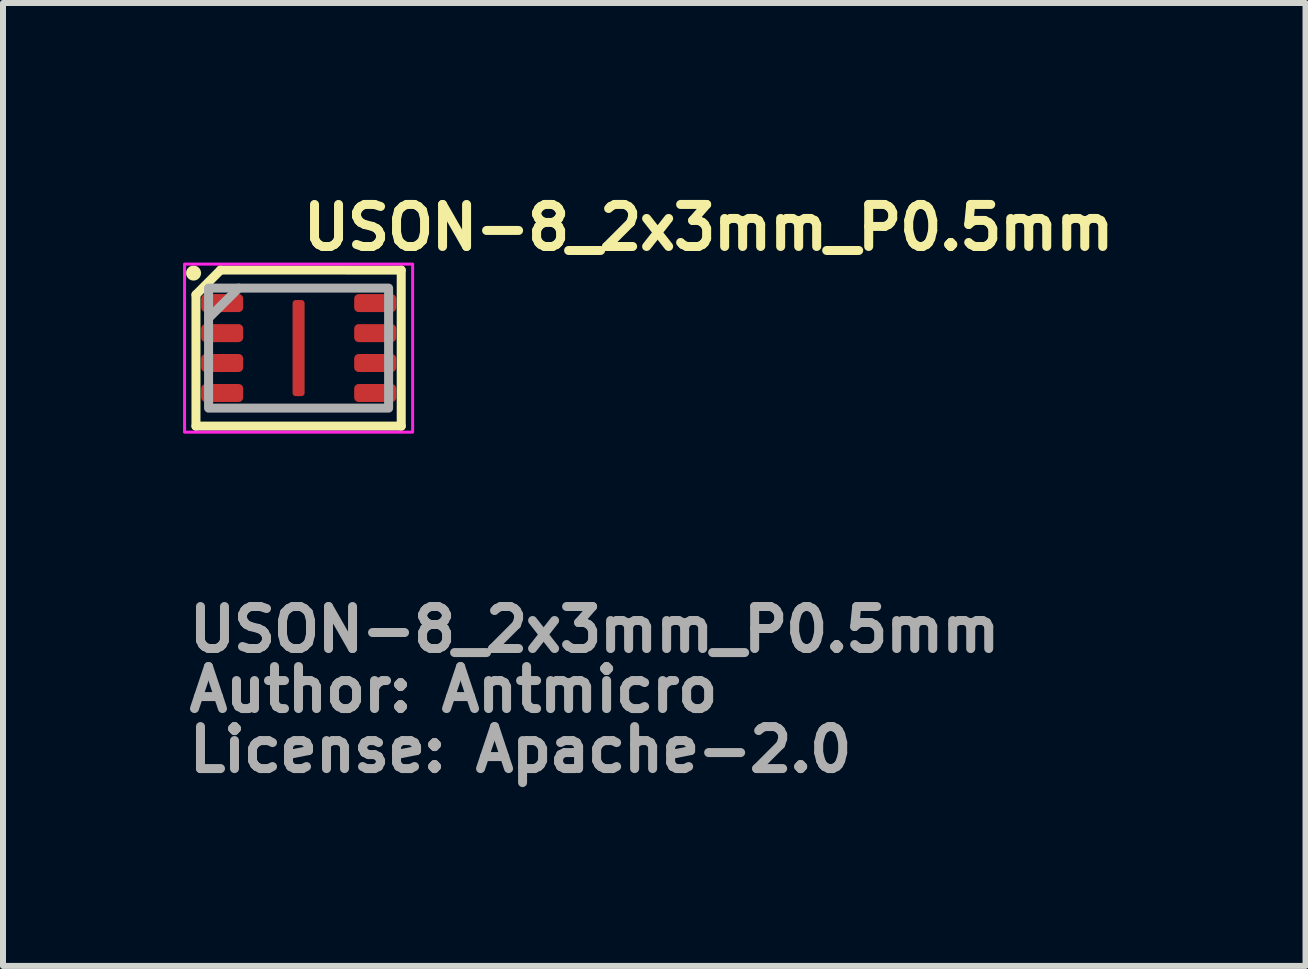
<source format=kicad_pcb>
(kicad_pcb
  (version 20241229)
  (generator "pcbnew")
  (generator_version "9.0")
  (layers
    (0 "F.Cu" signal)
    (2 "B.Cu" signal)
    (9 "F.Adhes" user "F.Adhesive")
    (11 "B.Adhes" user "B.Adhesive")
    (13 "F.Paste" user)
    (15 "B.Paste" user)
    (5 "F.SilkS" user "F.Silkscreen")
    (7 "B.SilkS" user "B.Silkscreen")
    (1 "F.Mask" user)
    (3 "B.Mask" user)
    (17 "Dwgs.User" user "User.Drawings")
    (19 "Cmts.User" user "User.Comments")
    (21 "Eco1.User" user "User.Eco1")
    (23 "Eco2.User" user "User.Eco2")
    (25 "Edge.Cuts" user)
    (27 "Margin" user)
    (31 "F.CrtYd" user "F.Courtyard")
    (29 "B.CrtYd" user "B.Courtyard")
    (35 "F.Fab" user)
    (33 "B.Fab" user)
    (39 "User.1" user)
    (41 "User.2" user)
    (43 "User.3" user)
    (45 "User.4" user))
  (footprint "USON-8_2x3mm_P0.5mm"
    (layer "F.Cu")
    (at 1.925 2.75)
    (property "Reference" "USON-8_2x3mm_P0.5mm" (at 0 -1.6 180) (layer "F.SilkS") (effects (font (size 0.7 0.7) (thickness 0.15)) (justify left bottom)))
    (attr smd)
    (fp_line (start -1.71 -0.89) (end -1.3 -1.301) (stroke (width 0.15) (type solid)) (layer "F.SilkS"))
    (fp_line (start -1.71 1.3) (end -1.71 -0.89) (stroke (width 0.15) (type solid)) (layer "F.SilkS"))
    (fp_line (start -1.3 -1.301) (end 1.71 -1.3) (stroke (width 0.15) (type solid)) (layer "F.SilkS"))
    (fp_line (start 1.71 -1.3) (end 1.71 1.3) (stroke (width 0.15) (type solid)) (layer "F.SilkS"))
    (fp_line (start 1.71 1.3) (end -1.71 1.3) (stroke (width 0.15) (type solid)) (layer "F.SilkS"))
    (fp_circle (center -1.75 -1.25) (end -1.7 -1.25) (stroke (width 0.15) (type solid)) (fill yes) (layer "F.SilkS"))
    (fp_rect (start 1.9 -1.4) (end -1.9 1.4) (stroke (width 0.05) (type solid)) (fill no) (layer "F.CrtYd"))
    (fp_line (start -1.499 -0.5) (end -0.998 -1) (stroke (width 0.15) (type solid)) (layer "F.Fab"))
    (fp_rect (start 1.5 1) (end -1.5 -1) (stroke (width 0.15) (type solid)) (fill no) (layer "F.Fab"))
    (fp_rect (start 1.5 -1) (end -1.5 1) (stroke (width 0.1) (type solid)) (fill no) (layer "User.5"))
    (fp_line (start -1.5 -0.998) (end -1.5 1) (stroke (width 0.02) (type solid)) (layer "User.9"))
    (fp_line (start -1.5 1) (end 1.499 1) (stroke (width 0.02) (type solid)) (layer "User.9"))
    (fp_line (start -1.325 -0.715) (end -1.325 -0.707) (stroke (width 0.02) (type solid)) (layer "User.9"))
    (fp_line (start -1.325 -0.715) (end -1.325 -0.707) (stroke (width 0.02) (type solid)) (layer "User.9"))
    (fp_line (start -1.325 -0.707) (end -1.325 -0.699) (stroke (width 0.02) (type solid)) (layer "User.9"))
    (fp_line (start -1.325 -0.707) (end -1.325 -0.699) (stroke (width 0.02) (type solid)) (layer "User.9"))
    (fp_line (start -1.325 -0.699) (end -1.325 -0.691) (stroke (width 0.02) (type solid)) (layer "User.9"))
    (fp_line (start -1.325 -0.699) (end -1.325 -0.691) (stroke (width 0.02) (type solid)) (layer "User.9"))
    (fp_line (start -1.325 -0.691) (end -1.325 -0.683) (stroke (width 0.02) (type solid)) (layer "User.9"))
    (fp_line (start -1.325 -0.691) (end -1.325 -0.683) (stroke (width 0.02) (type solid)) (layer "User.9"))
    (fp_line (start -1.325 -0.683) (end -1.323 -0.675) (stroke (width 0.02) (type solid)) (layer "User.9"))
    (fp_line (start -1.325 -0.683) (end -1.323 -0.675) (stroke (width 0.02) (type solid)) (layer "User.9"))
    (fp_line (start -1.323 -0.723) (end -1.325 -0.715) (stroke (width 0.02) (type solid)) (layer "User.9"))
    (fp_line (start -1.323 -0.723) (end -1.325 -0.715) (stroke (width 0.02) (type solid)) (layer "User.9"))
    (fp_line (start -1.323 -0.675) (end -1.321 -0.667) (stroke (width 0.02) (type solid)) (layer "User.9"))
    (fp_line (start -1.323 -0.675) (end -1.321 -0.667) (stroke (width 0.02) (type solid)) (layer "User.9"))
    (fp_line (start -1.321 -0.731) (end -1.323 -0.723) (stroke (width 0.02) (type solid)) (layer "User.9"))
    (fp_line (start -1.321 -0.731) (end -1.323 -0.723) (stroke (width 0.02) (type solid)) (layer "User.9"))
    (fp_line (start -1.321 -0.667) (end -1.319 -0.66) (stroke (width 0.02) (type solid)) (layer "User.9"))
    (fp_line (start -1.321 -0.667) (end -1.319 -0.66) (stroke (width 0.02) (type solid)) (layer "User.9"))
    (fp_line (start -1.319 -0.738) (end -1.321 -0.731) (stroke (width 0.02) (type solid)) (layer "User.9"))
    (fp_line (start -1.319 -0.738) (end -1.321 -0.731) (stroke (width 0.02) (type solid)) (layer "User.9"))
    (fp_line (start -1.319 -0.66) (end -1.317 -0.652) (stroke (width 0.02) (type solid)) (layer "User.9"))
    (fp_line (start -1.319 -0.66) (end -1.317 -0.652) (stroke (width 0.02) (type solid)) (layer "User.9"))
    (fp_line (start -1.317 -0.746) (end -1.319 -0.738) (stroke (width 0.02) (type solid)) (layer "User.9"))
    (fp_line (start -1.317 -0.746) (end -1.319 -0.738) (stroke (width 0.02) (type solid)) (layer "User.9"))
    (fp_line (start -1.317 -0.652) (end -1.313 -0.644) (stroke (width 0.02) (type solid)) (layer "User.9"))
    (fp_line (start -1.317 -0.652) (end -1.313 -0.644) (stroke (width 0.02) (type solid)) (layer "User.9"))
    (fp_line (start -1.313 -0.754) (end -1.317 -0.746) (stroke (width 0.02) (type solid)) (layer "User.9"))
    (fp_line (start -1.313 -0.754) (end -1.317 -0.746) (stroke (width 0.02) (type solid)) (layer "User.9"))
    (fp_line (start -1.313 -0.644) (end -1.309 -0.636) (stroke (width 0.02) (type solid)) (layer "User.9"))
    (fp_line (start -1.313 -0.644) (end -1.309 -0.636) (stroke (width 0.02) (type solid)) (layer "User.9"))
    (fp_line (start -1.309 -0.761) (end -1.313 -0.754) (stroke (width 0.02) (type solid)) (layer "User.9"))
    (fp_line (start -1.309 -0.761) (end -1.313 -0.754) (stroke (width 0.02) (type solid)) (layer "User.9"))
    (fp_line (start -1.309 -0.761) (end -1.309 -0.761) (stroke (width 0.02) (type solid)) (layer "User.9"))
    (fp_line (start -1.309 -0.761) (end -1.309 -0.761) (stroke (width 0.02) (type solid)) (layer "User.9"))
    (fp_line (start -1.309 -0.636) (end -1.309 -0.636) (stroke (width 0.02) (type solid)) (layer "User.9"))
    (fp_line (start -1.309 -0.636) (end -1.309 -0.636) (stroke (width 0.02) (type solid)) (layer "User.9"))
    (fp_line (start -1.309 -0.636) (end -1.307 -0.632) (stroke (width 0.02) (type solid)) (layer "User.9"))
    (fp_line (start -1.309 -0.636) (end -1.307 -0.632) (stroke (width 0.02) (type solid)) (layer "User.9"))
    (fp_line (start -1.307 -0.632) (end -1.305 -0.629) (stroke (width 0.02) (type solid)) (layer "User.9"))
    (fp_line (start -1.307 -0.632) (end -1.305 -0.629) (stroke (width 0.02) (type solid)) (layer "User.9"))
    (fp_line (start -1.305 -0.769) (end -1.309 -0.761) (stroke (width 0.02) (type solid)) (layer "User.9"))
    (fp_line (start -1.305 -0.769) (end -1.309 -0.761) (stroke (width 0.02) (type solid)) (layer "User.9"))
    (fp_line (start -1.305 -0.629) (end -1.303 -0.626) (stroke (width 0.02) (type solid)) (layer "User.9"))
    (fp_line (start -1.305 -0.629) (end -1.303 -0.626) (stroke (width 0.02) (type solid)) (layer "User.9"))
    (fp_line (start -1.303 -0.626) (end -1.301 -0.622) (stroke (width 0.02) (type solid)) (layer "User.9"))
    (fp_line (start -1.303 -0.626) (end -1.301 -0.622) (stroke (width 0.02) (type solid)) (layer "User.9"))
    (fp_line (start -1.301 -0.776) (end -1.305 -0.769) (stroke (width 0.02) (type solid)) (layer "User.9"))
    (fp_line (start -1.301 -0.776) (end -1.305 -0.769) (stroke (width 0.02) (type solid)) (layer "User.9"))
    (fp_line (start -1.301 -0.622) (end -1.297 -0.619) (stroke (width 0.02) (type solid)) (layer "User.9"))
    (fp_line (start -1.301 -0.622) (end -1.297 -0.619) (stroke (width 0.02) (type solid)) (layer "User.9"))
    (fp_line (start -1.297 -0.619) (end -1.295 -0.616) (stroke (width 0.02) (type solid)) (layer "User.9"))
    (fp_line (start -1.297 -0.619) (end -1.295 -0.616) (stroke (width 0.02) (type solid)) (layer "User.9"))
    (fp_line (start -1.295 -0.782) (end -1.301 -0.776) (stroke (width 0.02) (type solid)) (layer "User.9"))
    (fp_line (start -1.295 -0.782) (end -1.301 -0.776) (stroke (width 0.02) (type solid)) (layer "User.9"))
    (fp_line (start -1.295 -0.616) (end -1.293 -0.613) (stroke (width 0.02) (type solid)) (layer "User.9"))
    (fp_line (start -1.295 -0.616) (end -1.293 -0.613) (stroke (width 0.02) (type solid)) (layer "User.9"))
    (fp_line (start -1.293 -0.613) (end -1.289 -0.61) (stroke (width 0.02) (type solid)) (layer "User.9"))
    (fp_line (start -1.293 -0.613) (end -1.289 -0.61) (stroke (width 0.02) (type solid)) (layer "User.9"))
    (fp_line (start -1.289 -0.788) (end -1.295 -0.782) (stroke (width 0.02) (type solid)) (layer "User.9"))
    (fp_line (start -1.289 -0.788) (end -1.295 -0.782) (stroke (width 0.02) (type solid)) (layer "User.9"))
    (fp_line (start -1.289 -0.61) (end -1.287 -0.607) (stroke (width 0.02) (type solid)) (layer "User.9"))
    (fp_line (start -1.289 -0.61) (end -1.287 -0.607) (stroke (width 0.02) (type solid)) (layer "User.9"))
    (fp_line (start -1.287 -0.607) (end -1.283 -0.604) (stroke (width 0.02) (type solid)) (layer "User.9"))
    (fp_line (start -1.287 -0.607) (end -1.283 -0.604) (stroke (width 0.02) (type solid)) (layer "User.9"))
    (fp_line (start -1.283 -0.794) (end -1.289 -0.788) (stroke (width 0.02) (type solid)) (layer "User.9"))
    (fp_line (start -1.283 -0.794) (end -1.289 -0.788) (stroke (width 0.02) (type solid)) (layer "User.9"))
    (fp_line (start -1.283 -0.604) (end -1.28 -0.602) (stroke (width 0.02) (type solid)) (layer "User.9"))
    (fp_line (start -1.283 -0.604) (end -1.28 -0.602) (stroke (width 0.02) (type solid)) (layer "User.9"))
    (fp_line (start -1.28 -0.602) (end -1.276 -0.599) (stroke (width 0.02) (type solid)) (layer "User.9"))
    (fp_line (start -1.28 -0.602) (end -1.276 -0.599) (stroke (width 0.02) (type solid)) (layer "User.9"))
    (fp_line (start -1.276 -0.799) (end -1.283 -0.794) (stroke (width 0.02) (type solid)) (layer "User.9"))
    (fp_line (start -1.276 -0.799) (end -1.283 -0.794) (stroke (width 0.02) (type solid)) (layer "User.9"))
    (fp_line (start -1.276 -0.599) (end -1.274 -0.597) (stroke (width 0.02) (type solid)) (layer "User.9"))
    (fp_line (start -1.276 -0.599) (end -1.274 -0.597) (stroke (width 0.02) (type solid)) (layer "User.9"))
    (fp_line (start -1.274 -0.597) (end -1.27 -0.595) (stroke (width 0.02) (type solid)) (layer "User.9"))
    (fp_line (start -1.274 -0.597) (end -1.27 -0.595) (stroke (width 0.02) (type solid)) (layer "User.9"))
    (fp_line (start -1.27 -0.803) (end -1.276 -0.799) (stroke (width 0.02) (type solid)) (layer "User.9"))
    (fp_line (start -1.27 -0.803) (end -1.276 -0.799) (stroke (width 0.02) (type solid)) (layer "User.9"))
    (fp_line (start -1.27 -0.595) (end -1.266 -0.592) (stroke (width 0.02) (type solid)) (layer "User.9"))
    (fp_line (start -1.27 -0.595) (end -1.266 -0.592) (stroke (width 0.02) (type solid)) (layer "User.9"))
    (fp_line (start -1.266 -0.592) (end -1.264 -0.59) (stroke (width 0.02) (type solid)) (layer "User.9"))
    (fp_line (start -1.266 -0.592) (end -1.264 -0.59) (stroke (width 0.02) (type solid)) (layer "User.9"))
    (fp_line (start -1.264 -0.808) (end -1.27 -0.803) (stroke (width 0.02) (type solid)) (layer "User.9"))
    (fp_line (start -1.264 -0.808) (end -1.27 -0.803) (stroke (width 0.02) (type solid)) (layer "User.9"))
    (fp_line (start -1.264 -0.59) (end -1.26 -0.588) (stroke (width 0.02) (type solid)) (layer "User.9"))
    (fp_line (start -1.264 -0.59) (end -1.26 -0.588) (stroke (width 0.02) (type solid)) (layer "User.9"))
    (fp_line (start -1.26 -0.588) (end -1.256 -0.586) (stroke (width 0.02) (type solid)) (layer "User.9"))
    (fp_line (start -1.26 -0.588) (end -1.256 -0.586) (stroke (width 0.02) (type solid)) (layer "User.9"))
    (fp_line (start -1.256 -0.812) (end -1.264 -0.808) (stroke (width 0.02) (type solid)) (layer "User.9"))
    (fp_line (start -1.256 -0.812) (end -1.264 -0.808) (stroke (width 0.02) (type solid)) (layer "User.9"))
    (fp_line (start -1.256 -0.586) (end -1.252 -0.585) (stroke (width 0.02) (type solid)) (layer "User.9"))
    (fp_line (start -1.256 -0.586) (end -1.252 -0.585) (stroke (width 0.02) (type solid)) (layer "User.9"))
    (fp_line (start -1.252 -0.585) (end -1.248 -0.583) (stroke (width 0.02) (type solid)) (layer "User.9"))
    (fp_line (start -1.252 -0.585) (end -1.248 -0.583) (stroke (width 0.02) (type solid)) (layer "User.9"))
    (fp_line (start -1.248 -0.815) (end -1.256 -0.812) (stroke (width 0.02) (type solid)) (layer "User.9"))
    (fp_line (start -1.248 -0.815) (end -1.256 -0.812) (stroke (width 0.02) (type solid)) (layer "User.9"))
    (fp_line (start -1.248 -0.583) (end -1.246 -0.582) (stroke (width 0.02) (type solid)) (layer "User.9"))
    (fp_line (start -1.248 -0.583) (end -1.246 -0.582) (stroke (width 0.02) (type solid)) (layer "User.9"))
    (fp_line (start -1.246 -0.582) (end -1.242 -0.58) (stroke (width 0.02) (type solid)) (layer "User.9"))
    (fp_line (start -1.246 -0.582) (end -1.242 -0.58) (stroke (width 0.02) (type solid)) (layer "User.9"))
    (fp_line (start -1.242 -0.818) (end -1.248 -0.815) (stroke (width 0.02) (type solid)) (layer "User.9"))
    (fp_line (start -1.242 -0.818) (end -1.248 -0.815) (stroke (width 0.02) (type solid)) (layer "User.9"))
    (fp_line (start -1.242 -0.58) (end -1.238 -0.579) (stroke (width 0.02) (type solid)) (layer "User.9"))
    (fp_line (start -1.242 -0.58) (end -1.238 -0.579) (stroke (width 0.02) (type solid)) (layer "User.9"))
    (fp_line (start -1.238 -0.579) (end -1.234 -0.578) (stroke (width 0.02) (type solid)) (layer "User.9"))
    (fp_line (start -1.238 -0.579) (end -1.234 -0.578) (stroke (width 0.02) (type solid)) (layer "User.9"))
    (fp_line (start -1.234 -0.82) (end -1.242 -0.818) (stroke (width 0.02) (type solid)) (layer "User.9"))
    (fp_line (start -1.234 -0.82) (end -1.242 -0.818) (stroke (width 0.02) (type solid)) (layer "User.9"))
    (fp_line (start -1.234 -0.578) (end -1.23 -0.577) (stroke (width 0.02) (type solid)) (layer "User.9"))
    (fp_line (start -1.234 -0.578) (end -1.23 -0.577) (stroke (width 0.02) (type solid)) (layer "User.9"))
    (fp_line (start -1.23 -0.577) (end -1.226 -0.576) (stroke (width 0.02) (type solid)) (layer "User.9"))
    (fp_line (start -1.23 -0.577) (end -1.226 -0.576) (stroke (width 0.02) (type solid)) (layer "User.9"))
    (fp_line (start -1.226 -0.822) (end -1.234 -0.82) (stroke (width 0.02) (type solid)) (layer "User.9"))
    (fp_line (start -1.226 -0.822) (end -1.234 -0.82) (stroke (width 0.02) (type solid)) (layer "User.9"))
    (fp_line (start -1.226 -0.576) (end -1.222 -0.576) (stroke (width 0.02) (type solid)) (layer "User.9"))
    (fp_line (start -1.226 -0.576) (end -1.222 -0.576) (stroke (width 0.02) (type solid)) (layer "User.9"))
    (fp_line (start -1.222 -0.576) (end -1.218 -0.576) (stroke (width 0.02) (type solid)) (layer "User.9"))
    (fp_line (start -1.222 -0.576) (end -1.218 -0.576) (stroke (width 0.02) (type solid)) (layer "User.9"))
    (fp_line (start -1.218 -0.823) (end -1.226 -0.822) (stroke (width 0.02) (type solid)) (layer "User.9"))
    (fp_line (start -1.218 -0.823) (end -1.226 -0.822) (stroke (width 0.02) (type solid)) (layer "User.9"))
    (fp_line (start -1.218 -0.576) (end -1.214 -0.575) (stroke (width 0.02) (type solid)) (layer "User.9"))
    (fp_line (start -1.218 -0.576) (end -1.214 -0.575) (stroke (width 0.02) (type solid)) (layer "User.9"))
    (fp_line (start -1.214 -0.575) (end -1.21 -0.575) (stroke (width 0.02) (type solid)) (layer "User.9"))
    (fp_line (start -1.214 -0.575) (end -1.21 -0.575) (stroke (width 0.02) (type solid)) (layer "User.9"))
    (fp_line (start -1.21 -0.824) (end -1.218 -0.823) (stroke (width 0.02) (type solid)) (layer "User.9"))
    (fp_line (start -1.21 -0.824) (end -1.218 -0.823) (stroke (width 0.02) (type solid)) (layer "User.9"))
    (fp_line (start -1.21 -0.575) (end -1.206 -0.575) (stroke (width 0.02) (type solid)) (layer "User.9"))
    (fp_line (start -1.21 -0.575) (end -1.206 -0.575) (stroke (width 0.02) (type solid)) (layer "User.9"))
    (fp_line (start -1.206 -0.575) (end -1.2 -0.574) (stroke (width 0.02) (type solid)) (layer "User.9"))
    (fp_line (start -1.206 -0.575) (end -1.2 -0.574) (stroke (width 0.02) (type solid)) (layer "User.9"))
    (fp_line (start -1.2 -0.824) (end -1.21 -0.824) (stroke (width 0.02) (type solid)) (layer "User.9"))
    (fp_line (start -1.2 -0.824) (end -1.21 -0.824) (stroke (width 0.02) (type solid)) (layer "User.9"))
    (fp_line (start -1.2 -0.574) (end -1.192 -0.575) (stroke (width 0.02) (type solid)) (layer "User.9"))
    (fp_line (start -1.2 -0.574) (end -1.192 -0.575) (stroke (width 0.02) (type solid)) (layer "User.9"))
    (fp_line (start -1.196 -0.824) (end -1.2 -0.824) (stroke (width 0.02) (type solid)) (layer "User.9"))
    (fp_line (start -1.196 -0.824) (end -1.2 -0.824) (stroke (width 0.02) (type solid)) (layer "User.9"))
    (fp_line (start -1.192 -0.824) (end -1.196 -0.824) (stroke (width 0.02) (type solid)) (layer "User.9"))
    (fp_line (start -1.192 -0.824) (end -1.196 -0.824) (stroke (width 0.02) (type solid)) (layer "User.9"))
    (fp_line (start -1.192 -0.575) (end -1.184 -0.576) (stroke (width 0.02) (type solid)) (layer "User.9"))
    (fp_line (start -1.192 -0.575) (end -1.184 -0.576) (stroke (width 0.02) (type solid)) (layer "User.9"))
    (fp_line (start -1.188 -0.824) (end -1.192 -0.824) (stroke (width 0.02) (type solid)) (layer "User.9"))
    (fp_line (start -1.188 -0.824) (end -1.192 -0.824) (stroke (width 0.02) (type solid)) (layer "User.9"))
    (fp_line (start -1.184 -0.823) (end -1.188 -0.824) (stroke (width 0.02) (type solid)) (layer "User.9"))
    (fp_line (start -1.184 -0.823) (end -1.188 -0.824) (stroke (width 0.02) (type solid)) (layer "User.9"))
    (fp_line (start -1.184 -0.576) (end -1.176 -0.576) (stroke (width 0.02) (type solid)) (layer "User.9"))
    (fp_line (start -1.184 -0.576) (end -1.176 -0.576) (stroke (width 0.02) (type solid)) (layer "User.9"))
    (fp_line (start -1.18 -0.823) (end -1.184 -0.823) (stroke (width 0.02) (type solid)) (layer "User.9"))
    (fp_line (start -1.18 -0.823) (end -1.184 -0.823) (stroke (width 0.02) (type solid)) (layer "User.9"))
    (fp_line (start -1.176 -0.822) (end -1.18 -0.823) (stroke (width 0.02) (type solid)) (layer "User.9"))
    (fp_line (start -1.176 -0.822) (end -1.18 -0.823) (stroke (width 0.02) (type solid)) (layer "User.9"))
    (fp_line (start -1.176 -0.576) (end -1.168 -0.578) (stroke (width 0.02) (type solid)) (layer "User.9"))
    (fp_line (start -1.176 -0.576) (end -1.168 -0.578) (stroke (width 0.02) (type solid)) (layer "User.9"))
    (fp_line (start -1.172 -0.821) (end -1.176 -0.822) (stroke (width 0.02) (type solid)) (layer "User.9"))
    (fp_line (start -1.172 -0.821) (end -1.176 -0.822) (stroke (width 0.02) (type solid)) (layer "User.9"))
    (fp_line (start -1.168 -0.82) (end -1.172 -0.821) (stroke (width 0.02) (type solid)) (layer "User.9"))
    (fp_line (start -1.168 -0.82) (end -1.172 -0.821) (stroke (width 0.02) (type solid)) (layer "User.9"))
    (fp_line (start -1.168 -0.578) (end -1.16 -0.58) (stroke (width 0.02) (type solid)) (layer "User.9"))
    (fp_line (start -1.168 -0.578) (end -1.16 -0.58) (stroke (width 0.02) (type solid)) (layer "User.9"))
    (fp_line (start -1.164 -0.819) (end -1.168 -0.82) (stroke (width 0.02) (type solid)) (layer "User.9"))
    (fp_line (start -1.164 -0.819) (end -1.168 -0.82) (stroke (width 0.02) (type solid)) (layer "User.9"))
    (fp_line (start -1.16 -0.818) (end -1.164 -0.819) (stroke (width 0.02) (type solid)) (layer "User.9"))
    (fp_line (start -1.16 -0.818) (end -1.164 -0.819) (stroke (width 0.02) (type solid)) (layer "User.9"))
    (fp_line (start -1.16 -0.58) (end -1.154 -0.583) (stroke (width 0.02) (type solid)) (layer "User.9"))
    (fp_line (start -1.16 -0.58) (end -1.154 -0.583) (stroke (width 0.02) (type solid)) (layer "User.9"))
    (fp_line (start -1.156 -0.816) (end -1.16 -0.818) (stroke (width 0.02) (type solid)) (layer "User.9"))
    (fp_line (start -1.156 -0.816) (end -1.16 -0.818) (stroke (width 0.02) (type solid)) (layer "User.9"))
    (fp_line (start -1.154 -0.815) (end -1.156 -0.816) (stroke (width 0.02) (type solid)) (layer "User.9"))
    (fp_line (start -1.154 -0.815) (end -1.156 -0.816) (stroke (width 0.02) (type solid)) (layer "User.9"))
    (fp_line (start -1.154 -0.583) (end -1.145 -0.586) (stroke (width 0.02) (type solid)) (layer "User.9"))
    (fp_line (start -1.154 -0.583) (end -1.145 -0.586) (stroke (width 0.02) (type solid)) (layer "User.9"))
    (fp_line (start -1.149 -0.813) (end -1.154 -0.815) (stroke (width 0.02) (type solid)) (layer "User.9"))
    (fp_line (start -1.149 -0.813) (end -1.154 -0.815) (stroke (width 0.02) (type solid)) (layer "User.9"))
    (fp_line (start -1.145 -0.812) (end -1.149 -0.813) (stroke (width 0.02) (type solid)) (layer "User.9"))
    (fp_line (start -1.145 -0.812) (end -1.149 -0.813) (stroke (width 0.02) (type solid)) (layer "User.9"))
    (fp_line (start -1.145 -0.586) (end -1.139 -0.59) (stroke (width 0.02) (type solid)) (layer "User.9"))
    (fp_line (start -1.145 -0.586) (end -1.139 -0.59) (stroke (width 0.02) (type solid)) (layer "User.9"))
    (fp_line (start -1.143 -0.81) (end -1.145 -0.812) (stroke (width 0.02) (type solid)) (layer "User.9"))
    (fp_line (start -1.143 -0.81) (end -1.145 -0.812) (stroke (width 0.02) (type solid)) (layer "User.9"))
    (fp_line (start -1.139 -0.808) (end -1.143 -0.81) (stroke (width 0.02) (type solid)) (layer "User.9"))
    (fp_line (start -1.139 -0.808) (end -1.143 -0.81) (stroke (width 0.02) (type solid)) (layer "User.9"))
    (fp_line (start -1.139 -0.59) (end -1.131 -0.595) (stroke (width 0.02) (type solid)) (layer "User.9"))
    (fp_line (start -1.139 -0.59) (end -1.131 -0.595) (stroke (width 0.02) (type solid)) (layer "User.9"))
    (fp_line (start -1.135 -0.806) (end -1.139 -0.808) (stroke (width 0.02) (type solid)) (layer "User.9"))
    (fp_line (start -1.135 -0.806) (end -1.139 -0.808) (stroke (width 0.02) (type solid)) (layer "User.9"))
    (fp_line (start -1.131 -0.803) (end -1.135 -0.806) (stroke (width 0.02) (type solid)) (layer "User.9"))
    (fp_line (start -1.131 -0.803) (end -1.135 -0.806) (stroke (width 0.02) (type solid)) (layer "User.9"))
    (fp_line (start -1.131 -0.595) (end -1.125 -0.599) (stroke (width 0.02) (type solid)) (layer "User.9"))
    (fp_line (start -1.131 -0.595) (end -1.125 -0.599) (stroke (width 0.02) (type solid)) (layer "User.9"))
    (fp_line (start -1.129 -0.801) (end -1.131 -0.803) (stroke (width 0.02) (type solid)) (layer "User.9"))
    (fp_line (start -1.129 -0.801) (end -1.131 -0.803) (stroke (width 0.02) (type solid)) (layer "User.9"))
    (fp_line (start -1.125 -0.799) (end -1.129 -0.801) (stroke (width 0.02) (type solid)) (layer "User.9"))
    (fp_line (start -1.125 -0.799) (end -1.129 -0.801) (stroke (width 0.02) (type solid)) (layer "User.9"))
    (fp_line (start -1.125 -0.599) (end -1.119 -0.604) (stroke (width 0.02) (type solid)) (layer "User.9"))
    (fp_line (start -1.125 -0.599) (end -1.119 -0.604) (stroke (width 0.02) (type solid)) (layer "User.9"))
    (fp_line (start -1.121 -0.796) (end -1.125 -0.799) (stroke (width 0.02) (type solid)) (layer "User.9"))
    (fp_line (start -1.121 -0.796) (end -1.125 -0.799) (stroke (width 0.02) (type solid)) (layer "User.9"))
    (fp_line (start -1.119 -0.794) (end -1.121 -0.796) (stroke (width 0.02) (type solid)) (layer "User.9"))
    (fp_line (start -1.119 -0.794) (end -1.121 -0.796) (stroke (width 0.02) (type solid)) (layer "User.9"))
    (fp_line (start -1.119 -0.604) (end -1.113 -0.61) (stroke (width 0.02) (type solid)) (layer "User.9"))
    (fp_line (start -1.119 -0.604) (end -1.113 -0.61) (stroke (width 0.02) (type solid)) (layer "User.9"))
    (fp_line (start -1.115 -0.791) (end -1.119 -0.794) (stroke (width 0.02) (type solid)) (layer "User.9"))
    (fp_line (start -1.115 -0.791) (end -1.119 -0.794) (stroke (width 0.02) (type solid)) (layer "User.9"))
    (fp_line (start -1.113 -0.788) (end -1.115 -0.791) (stroke (width 0.02) (type solid)) (layer "User.9"))
    (fp_line (start -1.113 -0.788) (end -1.115 -0.791) (stroke (width 0.02) (type solid)) (layer "User.9"))
    (fp_line (start -1.113 -0.61) (end -1.107 -0.616) (stroke (width 0.02) (type solid)) (layer "User.9"))
    (fp_line (start -1.113 -0.61) (end -1.107 -0.616) (stroke (width 0.02) (type solid)) (layer "User.9"))
    (fp_line (start -1.109 -0.785) (end -1.113 -0.788) (stroke (width 0.02) (type solid)) (layer "User.9"))
    (fp_line (start -1.109 -0.785) (end -1.113 -0.788) (stroke (width 0.02) (type solid)) (layer "User.9"))
    (fp_line (start -1.107 -0.782) (end -1.109 -0.785) (stroke (width 0.02) (type solid)) (layer "User.9"))
    (fp_line (start -1.107 -0.782) (end -1.109 -0.785) (stroke (width 0.02) (type solid)) (layer "User.9"))
    (fp_line (start -1.107 -0.616) (end -1.101 -0.622) (stroke (width 0.02) (type solid)) (layer "User.9"))
    (fp_line (start -1.107 -0.616) (end -1.101 -0.622) (stroke (width 0.02) (type solid)) (layer "User.9"))
    (fp_line (start -1.105 -0.779) (end -1.107 -0.782) (stroke (width 0.02) (type solid)) (layer "User.9"))
    (fp_line (start -1.105 -0.779) (end -1.107 -0.782) (stroke (width 0.02) (type solid)) (layer "User.9"))
    (fp_line (start -1.101 -0.776) (end -1.105 -0.779) (stroke (width 0.02) (type solid)) (layer "User.9"))
    (fp_line (start -1.101 -0.776) (end -1.105 -0.779) (stroke (width 0.02) (type solid)) (layer "User.9"))
    (fp_line (start -1.101 -0.622) (end -1.097 -0.629) (stroke (width 0.02) (type solid)) (layer "User.9"))
    (fp_line (start -1.101 -0.622) (end -1.097 -0.629) (stroke (width 0.02) (type solid)) (layer "User.9"))
    (fp_line (start -1.099 -0.772) (end -1.101 -0.776) (stroke (width 0.02) (type solid)) (layer "User.9"))
    (fp_line (start -1.099 -0.772) (end -1.101 -0.776) (stroke (width 0.02) (type solid)) (layer "User.9"))
    (fp_line (start -1.097 -0.769) (end -1.099 -0.772) (stroke (width 0.02) (type solid)) (layer "User.9"))
    (fp_line (start -1.097 -0.769) (end -1.099 -0.772) (stroke (width 0.02) (type solid)) (layer "User.9"))
    (fp_line (start -1.097 -0.629) (end -1.093 -0.636) (stroke (width 0.02) (type solid)) (layer "User.9"))
    (fp_line (start -1.097 -0.629) (end -1.093 -0.636) (stroke (width 0.02) (type solid)) (layer "User.9"))
    (fp_line (start -1.095 -0.765) (end -1.097 -0.769) (stroke (width 0.02) (type solid)) (layer "User.9"))
    (fp_line (start -1.095 -0.765) (end -1.097 -0.769) (stroke (width 0.02) (type solid)) (layer "User.9"))
    (fp_line (start -1.093 -0.761) (end -1.095 -0.765) (stroke (width 0.02) (type solid)) (layer "User.9"))
    (fp_line (start -1.093 -0.761) (end -1.095 -0.765) (stroke (width 0.02) (type solid)) (layer "User.9"))
    (fp_line (start -1.093 -0.761) (end -1.093 -0.761) (stroke (width 0.02) (type solid)) (layer "User.9"))
    (fp_line (start -1.093 -0.761) (end -1.093 -0.761) (stroke (width 0.02) (type solid)) (layer "User.9"))
    (fp_line (start -1.093 -0.636) (end -1.093 -0.636) (stroke (width 0.02) (type solid)) (layer "User.9"))
    (fp_line (start -1.093 -0.636) (end -1.093 -0.636) (stroke (width 0.02) (type solid)) (layer "User.9"))
    (fp_line (start -1.093 -0.636) (end -1.089 -0.644) (stroke (width 0.02) (type solid)) (layer "User.9"))
    (fp_line (start -1.093 -0.636) (end -1.089 -0.644) (stroke (width 0.02) (type solid)) (layer "User.9"))
    (fp_line (start -1.089 -0.754) (end -1.093 -0.761) (stroke (width 0.02) (type solid)) (layer "User.9"))
    (fp_line (start -1.089 -0.754) (end -1.093 -0.761) (stroke (width 0.02) (type solid)) (layer "User.9"))
    (fp_line (start -1.089 -0.644) (end -1.085 -0.652) (stroke (width 0.02) (type solid)) (layer "User.9"))
    (fp_line (start -1.089 -0.644) (end -1.085 -0.652) (stroke (width 0.02) (type solid)) (layer "User.9"))
    (fp_line (start -1.085 -0.746) (end -1.089 -0.754) (stroke (width 0.02) (type solid)) (layer "User.9"))
    (fp_line (start -1.085 -0.746) (end -1.089 -0.754) (stroke (width 0.02) (type solid)) (layer "User.9"))
    (fp_line (start -1.085 -0.652) (end -1.083 -0.66) (stroke (width 0.02) (type solid)) (layer "User.9"))
    (fp_line (start -1.085 -0.652) (end -1.083 -0.66) (stroke (width 0.02) (type solid)) (layer "User.9"))
    (fp_line (start -1.083 -0.738) (end -1.085 -0.746) (stroke (width 0.02) (type solid)) (layer "User.9"))
    (fp_line (start -1.083 -0.738) (end -1.085 -0.746) (stroke (width 0.02) (type solid)) (layer "User.9"))
    (fp_line (start -1.083 -0.66) (end -1.081 -0.667) (stroke (width 0.02) (type solid)) (layer "User.9"))
    (fp_line (start -1.083 -0.66) (end -1.081 -0.667) (stroke (width 0.02) (type solid)) (layer "User.9"))
    (fp_line (start -1.081 -0.731) (end -1.083 -0.738) (stroke (width 0.02) (type solid)) (layer "User.9"))
    (fp_line (start -1.081 -0.731) (end -1.083 -0.738) (stroke (width 0.02) (type solid)) (layer "User.9"))
    (fp_line (start -1.081 -0.667) (end -1.079 -0.675) (stroke (width 0.02) (type solid)) (layer "User.9"))
    (fp_line (start -1.081 -0.667) (end -1.079 -0.675) (stroke (width 0.02) (type solid)) (layer "User.9"))
    (fp_line (start -1.079 -0.723) (end -1.081 -0.731) (stroke (width 0.02) (type solid)) (layer "User.9"))
    (fp_line (start -1.079 -0.723) (end -1.081 -0.731) (stroke (width 0.02) (type solid)) (layer "User.9"))
    (fp_line (start -1.079 -0.675) (end -1.077 -0.683) (stroke (width 0.02) (type solid)) (layer "User.9"))
    (fp_line (start -1.079 -0.675) (end -1.077 -0.683) (stroke (width 0.02) (type solid)) (layer "User.9"))
    (fp_line (start -1.077 -0.715) (end -1.079 -0.723) (stroke (width 0.02) (type solid)) (layer "User.9"))
    (fp_line (start -1.077 -0.715) (end -1.079 -0.723) (stroke (width 0.02) (type solid)) (layer "User.9"))
    (fp_line (start -1.077 -0.707) (end -1.077 -0.715) (stroke (width 0.02) (type solid)) (layer "User.9"))
    (fp_line (start -1.077 -0.707) (end -1.077 -0.715) (stroke (width 0.02) (type solid)) (layer "User.9"))
    (fp_line (start -1.077 -0.691) (end -1.075 -0.699) (stroke (width 0.02) (type solid)) (layer "User.9"))
    (fp_line (start -1.077 -0.691) (end -1.075 -0.699) (stroke (width 0.02) (type solid)) (layer "User.9"))
    (fp_line (start -1.077 -0.683) (end -1.077 -0.691) (stroke (width 0.02) (type solid)) (layer "User.9"))
    (fp_line (start -1.077 -0.683) (end -1.077 -0.691) (stroke (width 0.02) (type solid)) (layer "User.9"))
    (fp_line (start -1.075 -0.699) (end -1.077 -0.707) (stroke (width 0.02) (type solid)) (layer "User.9"))
    (fp_line (start -1.075 -0.699) (end -1.077 -0.707) (stroke (width 0.02) (type solid)) (layer "User.9"))
    (fp_line (start 1.499 -0.998) (end -1.5 -0.998) (stroke (width 0.02) (type solid)) (layer "User.9"))
    (fp_line (start 1.499 1) (end 1.499 -0.998) (stroke (width 0.02) (type solid)) (layer "User.9"))
    (fp_text user "${REFERENCE}" (at -1.9 5.099 0) (layer "F.Fab") (effects (font (size 0.7 0.7) (thickness 0.15)) (justify left bottom)))
    (fp_text user "License: Apache-2.0" (at -1.9 7.099 0) (layer "F.Fab") (effects (font (size 0.7 0.7) (thickness 0.15)) (justify left bottom)))
    (fp_text user "Author: Antmicro" (at -1.9 6.099 0) (layer "F.Fab") (effects (font (size 0.7 0.7) (thickness 0.15)) (justify left bottom)))
    (pad "1" smd roundrect (at -1.273 -0.75 270) (size 0.3 0.7) (layers "F.Cu" "F.Mask" "F.Paste") (roundrect_rratio 0.25))
    (pad "2" smd roundrect (at -1.273 -0.25 270) (size 0.3 0.7) (layers "F.Cu" "F.Mask" "F.Paste") (roundrect_rratio 0.25))
    (pad "3" smd roundrect (at -1.273 0.248 270) (size 0.3 0.7) (layers "F.Cu" "F.Mask" "F.Paste") (roundrect_rratio 0.25))
    (pad "4" smd roundrect (at -1.273 0.748 270) (size 0.3 0.7) (layers "F.Cu" "F.Mask" "F.Paste") (roundrect_rratio 0.25))
    (pad "5" smd roundrect (at 1.276 0.748 270) (size 0.3 0.7) (layers "F.Cu" "F.Mask" "F.Paste") (roundrect_rratio 0.25))
    (pad "6" smd roundrect (at 1.276 0.248 270) (size 0.3 0.7) (layers "F.Cu" "F.Mask" "F.Paste") (roundrect_rratio 0.25))
    (pad "7" smd roundrect (at 1.276 -0.25 270) (size 0.3 0.7) (layers "F.Cu" "F.Mask" "F.Paste") (roundrect_rratio 0.25))
    (pad "8" smd roundrect (at 1.276 -0.75 270) (size 0.3 0.7) (layers "F.Cu" "F.Mask" "F.Paste") (roundrect_rratio 0.25))
    (pad "EP" smd roundrect (at 0 0) (size 0.2 1.6) (layers "F.Cu" "F.Mask" "F.Paste") (roundrect_rratio 0.25)))
  (gr_rect
    (start -3 -3)
    (end 18.702 13.044)
    (stroke (width 0.1) (type default))
    (fill no)
    (layer "Edge.Cuts")))
</source>
